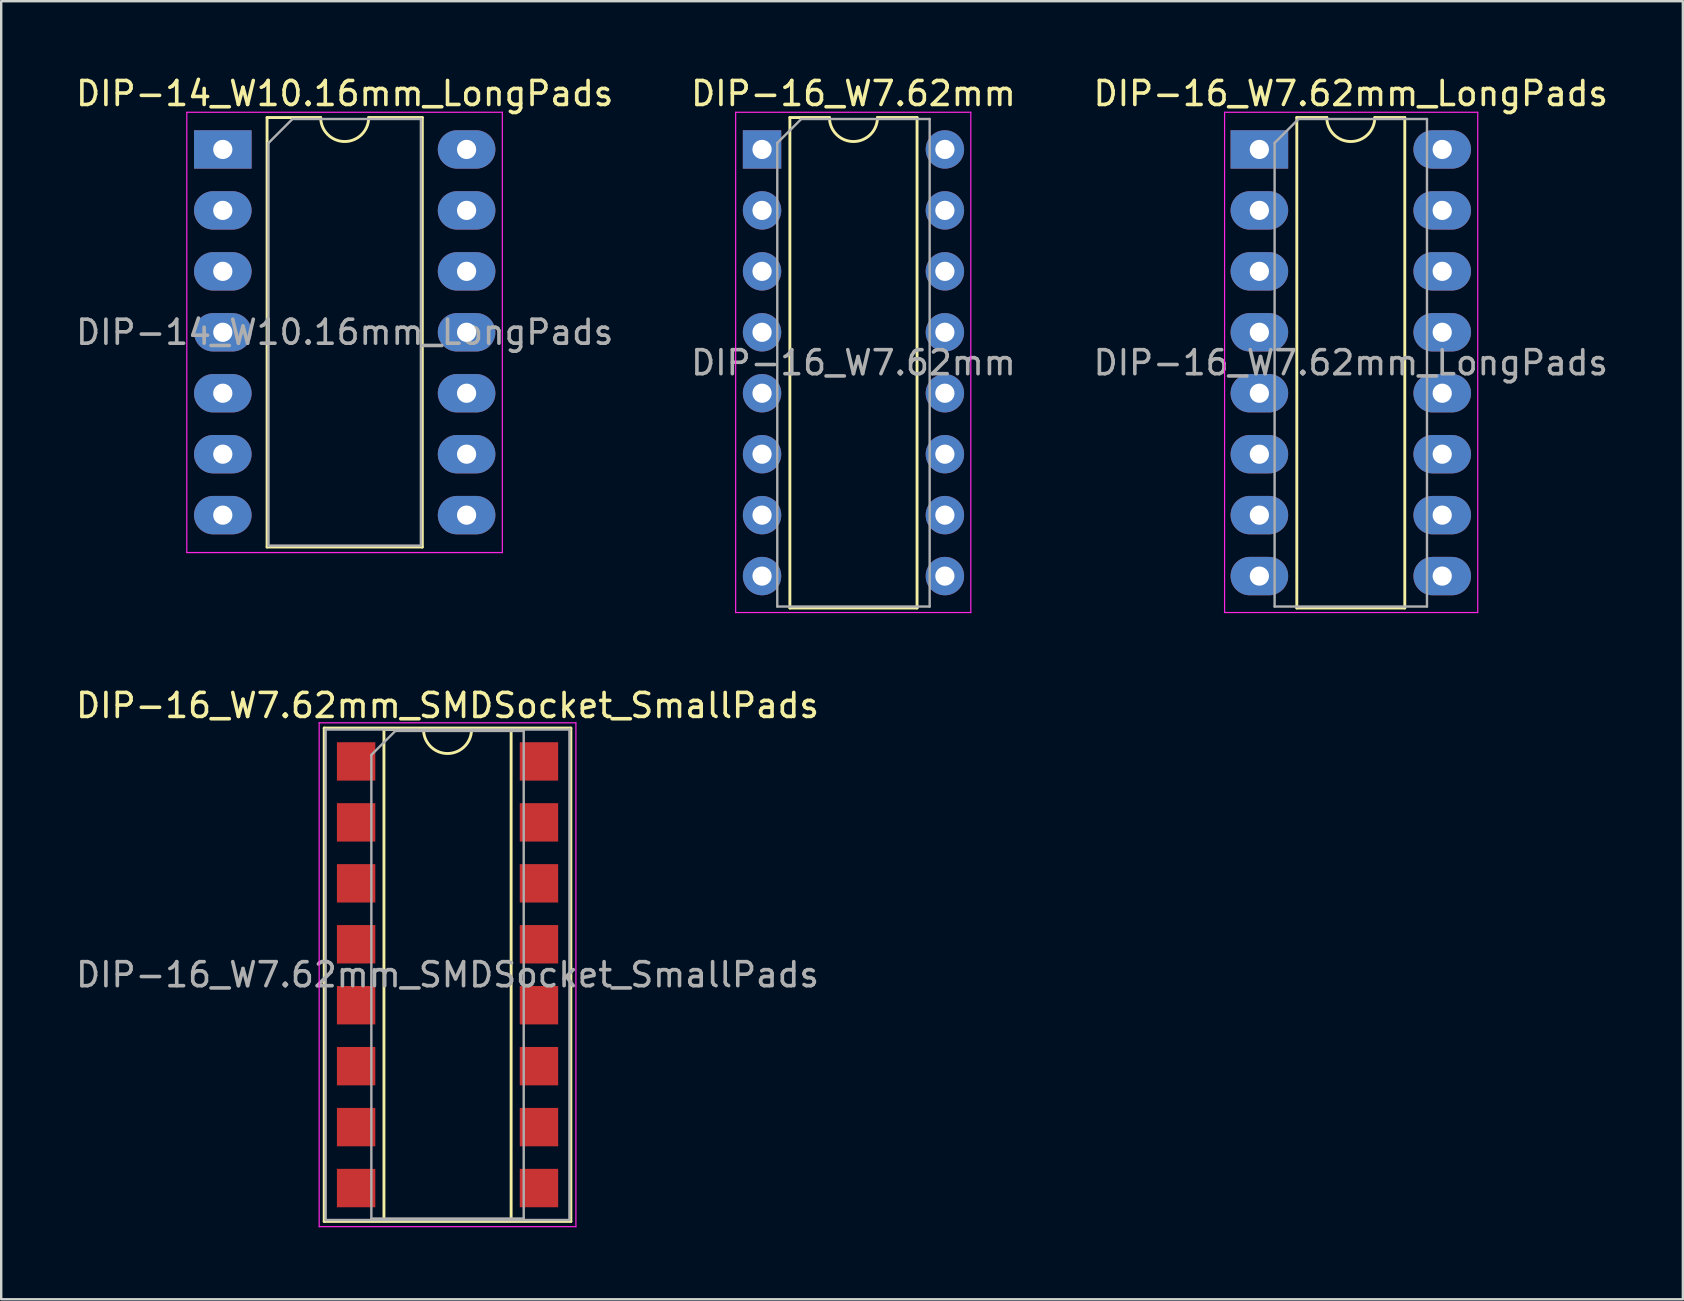
<source format=kicad_pcb>
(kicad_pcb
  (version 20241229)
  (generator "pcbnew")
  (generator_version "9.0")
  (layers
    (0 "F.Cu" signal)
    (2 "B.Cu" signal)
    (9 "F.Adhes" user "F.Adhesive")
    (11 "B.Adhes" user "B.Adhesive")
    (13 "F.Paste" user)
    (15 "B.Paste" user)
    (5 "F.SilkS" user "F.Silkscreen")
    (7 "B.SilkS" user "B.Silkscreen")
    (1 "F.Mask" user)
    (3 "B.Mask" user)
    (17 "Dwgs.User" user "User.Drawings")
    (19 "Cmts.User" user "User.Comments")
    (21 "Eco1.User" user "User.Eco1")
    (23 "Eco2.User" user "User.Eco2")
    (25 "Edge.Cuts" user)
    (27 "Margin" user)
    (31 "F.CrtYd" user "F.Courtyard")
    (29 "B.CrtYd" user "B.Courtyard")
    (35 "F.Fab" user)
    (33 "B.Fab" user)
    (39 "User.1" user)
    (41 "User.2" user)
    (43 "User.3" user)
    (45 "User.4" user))
  (footprint "DIP-14_W10.16mm_LongPads"
    (layer "F.Cu")
    (at 6.235 3.178)
    (property "Reference" "DIP-14_W10.16mm_LongPads" (at 5.08 -2.33 0) (layer "F.SilkS") (effects (font (size 1 1) (thickness 0.15))))
    (attr through_hole)
    (fp_line (start 1.845 -1.33) (end 1.845 16.57) (stroke (width 0.12) (type solid)) (layer "F.SilkS"))
    (fp_line (start 1.845 16.57) (end 8.315 16.57) (stroke (width 0.12) (type solid)) (layer "F.SilkS"))
    (fp_line (start 4.08 -1.33) (end 1.845 -1.33) (stroke (width 0.12) (type solid)) (layer "F.SilkS"))
    (fp_line (start 8.315 -1.33) (end 6.08 -1.33) (stroke (width 0.12) (type solid)) (layer "F.SilkS"))
    (fp_line (start 8.315 16.57) (end 8.315 -1.33) (stroke (width 0.12) (type solid)) (layer "F.SilkS"))
    (fp_arc (start 6.08 -1.33) (mid 5.08 -0.33) (end 4.08 -1.33) (stroke (width 0.12) (type solid)) (layer "F.SilkS"))
    (fp_line (start -1.5 -1.55) (end -1.5 16.8) (stroke (width 0.05) (type solid)) (layer "F.CrtYd"))
    (fp_line (start -1.5 16.8) (end 11.65 16.8) (stroke (width 0.05) (type solid)) (layer "F.CrtYd"))
    (fp_line (start 11.65 -1.55) (end -1.5 -1.55) (stroke (width 0.05) (type solid)) (layer "F.CrtYd"))
    (fp_line (start 11.65 16.8) (end 11.65 -1.55) (stroke (width 0.05) (type solid)) (layer "F.CrtYd"))
    (fp_line (start 1.905 -0.27) (end 2.905 -1.27) (stroke (width 0.1) (type solid)) (layer "F.Fab"))
    (fp_line (start 1.905 16.51) (end 1.905 -0.27) (stroke (width 0.1) (type solid)) (layer "F.Fab"))
    (fp_line (start 2.905 -1.27) (end 8.255 -1.27) (stroke (width 0.1) (type solid)) (layer "F.Fab"))
    (fp_line (start 8.255 -1.27) (end 8.255 16.51) (stroke (width 0.1) (type solid)) (layer "F.Fab"))
    (fp_line (start 8.255 16.51) (end 1.905 16.51) (stroke (width 0.1) (type solid)) (layer "F.Fab"))
    (fp_text user "${REFERENCE}" (at 5.08 7.62 0) (layer "F.Fab") (effects (font (size 1 1) (thickness 0.15))))
    (pad "1" thru_hole rect (at 0 0) (size 2.4 1.6) (drill 0.8) (layers "*.Cu" "*.Mask"))
    (pad "2" thru_hole oval (at 0 2.54) (size 2.4 1.6) (drill 0.8) (layers "*.Cu" "*.Mask"))
    (pad "3" thru_hole oval (at 0 5.08) (size 2.4 1.6) (drill 0.8) (layers "*.Cu" "*.Mask"))
    (pad "4" thru_hole oval (at 0 7.62) (size 2.4 1.6) (drill 0.8) (layers "*.Cu" "*.Mask"))
    (pad "5" thru_hole oval (at 0 10.16) (size 2.4 1.6) (drill 0.8) (layers "*.Cu" "*.Mask"))
    (pad "6" thru_hole oval (at 0 12.7) (size 2.4 1.6) (drill 0.8) (layers "*.Cu" "*.Mask"))
    (pad "7" thru_hole oval (at 0 15.24) (size 2.4 1.6) (drill 0.8) (layers "*.Cu" "*.Mask"))
    (pad "8" thru_hole oval (at 10.16 15.24) (size 2.4 1.6) (drill 0.8) (layers "*.Cu" "*.Mask"))
    (pad "9" thru_hole oval (at 10.16 12.7) (size 2.4 1.6) (drill 0.8) (layers "*.Cu" "*.Mask"))
    (pad "10" thru_hole oval (at 10.16 10.16) (size 2.4 1.6) (drill 0.8) (layers "*.Cu" "*.Mask"))
    (pad "11" thru_hole oval (at 10.16 7.62) (size 2.4 1.6) (drill 0.8) (layers "*.Cu" "*.Mask"))
    (pad "12" thru_hole oval (at 10.16 5.08) (size 2.4 1.6) (drill 0.8) (layers "*.Cu" "*.Mask"))
    (pad "13" thru_hole oval (at 10.16 2.54) (size 2.4 1.6) (drill 0.8) (layers "*.Cu" "*.Mask"))
    (pad "14" thru_hole oval (at 10.16 0) (size 2.4 1.6) (drill 0.8) (layers "*.Cu" "*.Mask")))
  (footprint "DIP-16_W7.62mm_SMDSocket_SmallPads"
    (layer "F.Cu")
    (at 15.601 37.572)
    (property "Reference" "DIP-16_W7.62mm_SMDSocket_SmallPads" (at 0 -11.22 0) (layer "F.SilkS") (effects (font (size 1 1) (thickness 0.15))))
    (attr smd)
    (fp_line (start -5.14 -10.28) (end -5.14 10.28) (stroke (width 0.12) (type solid)) (layer "F.SilkS"))
    (fp_line (start -5.14 10.28) (end 5.14 10.28) (stroke (width 0.12) (type solid)) (layer "F.SilkS"))
    (fp_line (start -2.65 -10.22) (end -2.65 10.22) (stroke (width 0.12) (type solid)) (layer "F.SilkS"))
    (fp_line (start -2.65 10.22) (end 2.65 10.22) (stroke (width 0.12) (type solid)) (layer "F.SilkS"))
    (fp_line (start -1 -10.22) (end -2.65 -10.22) (stroke (width 0.12) (type solid)) (layer "F.SilkS"))
    (fp_line (start 2.65 -10.22) (end 1 -10.22) (stroke (width 0.12) (type solid)) (layer "F.SilkS"))
    (fp_line (start 2.65 10.22) (end 2.65 -10.22) (stroke (width 0.12) (type solid)) (layer "F.SilkS"))
    (fp_line (start 5.14 -10.28) (end -5.14 -10.28) (stroke (width 0.12) (type solid)) (layer "F.SilkS"))
    (fp_line (start 5.14 10.28) (end 5.14 -10.28) (stroke (width 0.12) (type solid)) (layer "F.SilkS"))
    (fp_arc (start 1 -10.22) (mid 0 -9.22) (end -1 -10.22) (stroke (width 0.12) (type solid)) (layer "F.SilkS"))
    (fp_line (start -5.35 -10.5) (end -5.35 10.5) (stroke (width 0.05) (type solid)) (layer "F.CrtYd"))
    (fp_line (start -5.35 10.5) (end 5.35 10.5) (stroke (width 0.05) (type solid)) (layer "F.CrtYd"))
    (fp_line (start 5.35 -10.5) (end -5.35 -10.5) (stroke (width 0.05) (type solid)) (layer "F.CrtYd"))
    (fp_line (start 5.35 10.5) (end 5.35 -10.5) (stroke (width 0.05) (type solid)) (layer "F.CrtYd"))
    (fp_line (start -5.08 -10.22) (end -5.08 10.22) (stroke (width 0.1) (type solid)) (layer "F.Fab"))
    (fp_line (start -5.08 10.22) (end 5.08 10.22) (stroke (width 0.1) (type solid)) (layer "F.Fab"))
    (fp_line (start -3.175 -9.16) (end -2.175 -10.16) (stroke (width 0.1) (type solid)) (layer "F.Fab"))
    (fp_line (start -3.175 10.16) (end -3.175 -9.16) (stroke (width 0.1) (type solid)) (layer "F.Fab"))
    (fp_line (start -2.175 -10.16) (end 3.175 -10.16) (stroke (width 0.1) (type solid)) (layer "F.Fab"))
    (fp_line (start 3.175 -10.16) (end 3.175 10.16) (stroke (width 0.1) (type solid)) (layer "F.Fab"))
    (fp_line (start 3.175 10.16) (end -3.175 10.16) (stroke (width 0.1) (type solid)) (layer "F.Fab"))
    (fp_line (start 5.08 -10.22) (end -5.08 -10.22) (stroke (width 0.1) (type solid)) (layer "F.Fab"))
    (fp_line (start 5.08 10.22) (end 5.08 -10.22) (stroke (width 0.1) (type solid)) (layer "F.Fab"))
    (fp_text user "${REFERENCE}" (at 0 0 0) (layer "F.Fab") (effects (font (size 1 1) (thickness 0.15))))
    (pad "1" smd rect (at -3.81 -8.89) (size 1.6 1.6) (layers "F.Cu" "F.Mask" "F.Paste"))
    (pad "2" smd rect (at -3.81 -6.35) (size 1.6 1.6) (layers "F.Cu" "F.Mask" "F.Paste"))
    (pad "3" smd rect (at -3.81 -3.81) (size 1.6 1.6) (layers "F.Cu" "F.Mask" "F.Paste"))
    (pad "4" smd rect (at -3.81 -1.27) (size 1.6 1.6) (layers "F.Cu" "F.Mask" "F.Paste"))
    (pad "5" smd rect (at -3.81 1.27) (size 1.6 1.6) (layers "F.Cu" "F.Mask" "F.Paste"))
    (pad "6" smd rect (at -3.81 3.81) (size 1.6 1.6) (layers "F.Cu" "F.Mask" "F.Paste"))
    (pad "7" smd rect (at -3.81 6.35) (size 1.6 1.6) (layers "F.Cu" "F.Mask" "F.Paste"))
    (pad "8" smd rect (at -3.81 8.89) (size 1.6 1.6) (layers "F.Cu" "F.Mask" "F.Paste"))
    (pad "9" smd rect (at 3.81 8.89) (size 1.6 1.6) (layers "F.Cu" "F.Mask" "F.Paste"))
    (pad "10" smd rect (at 3.81 6.35) (size 1.6 1.6) (layers "F.Cu" "F.Mask" "F.Paste"))
    (pad "11" smd rect (at 3.81 3.81) (size 1.6 1.6) (layers "F.Cu" "F.Mask" "F.Paste"))
    (pad "12" smd rect (at 3.81 1.27) (size 1.6 1.6) (layers "F.Cu" "F.Mask" "F.Paste"))
    (pad "13" smd rect (at 3.81 -1.27) (size 1.6 1.6) (layers "F.Cu" "F.Mask" "F.Paste"))
    (pad "14" smd rect (at 3.81 -3.81) (size 1.6 1.6) (layers "F.Cu" "F.Mask" "F.Paste"))
    (pad "15" smd rect (at 3.81 -6.35) (size 1.6 1.6) (layers "F.Cu" "F.Mask" "F.Paste"))
    (pad "16" smd rect (at 3.81 -8.89) (size 1.6 1.6) (layers "F.Cu" "F.Mask" "F.Paste")))
  (footprint "DIP-16_W7.62mm_LongPads"
    (layer "F.Cu")
    (at 49.434 3.178)
    (property "Reference" "DIP-16_W7.62mm_LongPads" (at 3.81 -2.33 0) (layer "F.SilkS") (effects (font (size 1 1) (thickness 0.15))))
    (attr through_hole)
    (fp_line (start 1.56 -1.33) (end 1.56 19.11) (stroke (width 0.12) (type solid)) (layer "F.SilkS"))
    (fp_line (start 1.56 19.11) (end 6.06 19.11) (stroke (width 0.12) (type solid)) (layer "F.SilkS"))
    (fp_line (start 2.81 -1.33) (end 1.56 -1.33) (stroke (width 0.12) (type solid)) (layer "F.SilkS"))
    (fp_line (start 6.06 -1.33) (end 4.81 -1.33) (stroke (width 0.12) (type solid)) (layer "F.SilkS"))
    (fp_line (start 6.06 19.11) (end 6.06 -1.33) (stroke (width 0.12) (type solid)) (layer "F.SilkS"))
    (fp_arc (start 4.81 -1.33) (mid 3.81 -0.33) (end 2.81 -1.33) (stroke (width 0.12) (type solid)) (layer "F.SilkS"))
    (fp_line (start -1.45 -1.55) (end -1.45 19.3) (stroke (width 0.05) (type solid)) (layer "F.CrtYd"))
    (fp_line (start -1.45 19.3) (end 9.1 19.3) (stroke (width 0.05) (type solid)) (layer "F.CrtYd"))
    (fp_line (start 9.1 -1.55) (end -1.45 -1.55) (stroke (width 0.05) (type solid)) (layer "F.CrtYd"))
    (fp_line (start 9.1 19.3) (end 9.1 -1.55) (stroke (width 0.05) (type solid)) (layer "F.CrtYd"))
    (fp_line (start 0.635 -0.27) (end 1.635 -1.27) (stroke (width 0.1) (type solid)) (layer "F.Fab"))
    (fp_line (start 0.635 19.05) (end 0.635 -0.27) (stroke (width 0.1) (type solid)) (layer "F.Fab"))
    (fp_line (start 1.635 -1.27) (end 6.985 -1.27) (stroke (width 0.1) (type solid)) (layer "F.Fab"))
    (fp_line (start 6.985 -1.27) (end 6.985 19.05) (stroke (width 0.1) (type solid)) (layer "F.Fab"))
    (fp_line (start 6.985 19.05) (end 0.635 19.05) (stroke (width 0.1) (type solid)) (layer "F.Fab"))
    (fp_text user "${REFERENCE}" (at 3.81 8.89 0) (layer "F.Fab") (effects (font (size 1 1) (thickness 0.15))))
    (pad "1" thru_hole rect (at 0 0) (size 2.4 1.6) (drill 0.8) (layers "*.Cu" "*.Mask"))
    (pad "2" thru_hole oval (at 0 2.54) (size 2.4 1.6) (drill 0.8) (layers "*.Cu" "*.Mask"))
    (pad "3" thru_hole oval (at 0 5.08) (size 2.4 1.6) (drill 0.8) (layers "*.Cu" "*.Mask"))
    (pad "4" thru_hole oval (at 0 7.62) (size 2.4 1.6) (drill 0.8) (layers "*.Cu" "*.Mask"))
    (pad "5" thru_hole oval (at 0 10.16) (size 2.4 1.6) (drill 0.8) (layers "*.Cu" "*.Mask"))
    (pad "6" thru_hole oval (at 0 12.7) (size 2.4 1.6) (drill 0.8) (layers "*.Cu" "*.Mask"))
    (pad "7" thru_hole oval (at 0 15.24) (size 2.4 1.6) (drill 0.8) (layers "*.Cu" "*.Mask"))
    (pad "8" thru_hole oval (at 0 17.78) (size 2.4 1.6) (drill 0.8) (layers "*.Cu" "*.Mask"))
    (pad "9" thru_hole oval (at 7.62 17.78) (size 2.4 1.6) (drill 0.8) (layers "*.Cu" "*.Mask"))
    (pad "10" thru_hole oval (at 7.62 15.24) (size 2.4 1.6) (drill 0.8) (layers "*.Cu" "*.Mask"))
    (pad "11" thru_hole oval (at 7.62 12.7) (size 2.4 1.6) (drill 0.8) (layers "*.Cu" "*.Mask"))
    (pad "12" thru_hole oval (at 7.62 10.16) (size 2.4 1.6) (drill 0.8) (layers "*.Cu" "*.Mask"))
    (pad "13" thru_hole oval (at 7.62 7.62) (size 2.4 1.6) (drill 0.8) (layers "*.Cu" "*.Mask"))
    (pad "14" thru_hole oval (at 7.62 5.08) (size 2.4 1.6) (drill 0.8) (layers "*.Cu" "*.Mask"))
    (pad "15" thru_hole oval (at 7.62 2.54) (size 2.4 1.6) (drill 0.8) (layers "*.Cu" "*.Mask"))
    (pad "16" thru_hole oval (at 7.62 0) (size 2.4 1.6) (drill 0.8) (layers "*.Cu" "*.Mask")))
  (footprint "DIP-16_W7.62mm"
    (layer "F.Cu")
    (at 28.708 3.178)
    (property "Reference" "DIP-16_W7.62mm" (at 3.81 -2.33 0) (layer "F.SilkS") (effects (font (size 1 1) (thickness 0.15))))
    (attr through_hole)
    (fp_line (start 1.16 -1.33) (end 1.16 19.11) (stroke (width 0.12) (type solid)) (layer "F.SilkS"))
    (fp_line (start 1.16 19.11) (end 6.46 19.11) (stroke (width 0.12) (type solid)) (layer "F.SilkS"))
    (fp_line (start 2.81 -1.33) (end 1.16 -1.33) (stroke (width 0.12) (type solid)) (layer "F.SilkS"))
    (fp_line (start 6.46 -1.33) (end 4.81 -1.33) (stroke (width 0.12) (type solid)) (layer "F.SilkS"))
    (fp_line (start 6.46 19.11) (end 6.46 -1.33) (stroke (width 0.12) (type solid)) (layer "F.SilkS"))
    (fp_arc (start 4.81 -1.33) (mid 3.81 -0.33) (end 2.81 -1.33) (stroke (width 0.12) (type solid)) (layer "F.SilkS"))
    (fp_line (start -1.1 -1.55) (end -1.1 19.3) (stroke (width 0.05) (type solid)) (layer "F.CrtYd"))
    (fp_line (start -1.1 19.3) (end 8.7 19.3) (stroke (width 0.05) (type solid)) (layer "F.CrtYd"))
    (fp_line (start 8.7 -1.55) (end -1.1 -1.55) (stroke (width 0.05) (type solid)) (layer "F.CrtYd"))
    (fp_line (start 8.7 19.3) (end 8.7 -1.55) (stroke (width 0.05) (type solid)) (layer "F.CrtYd"))
    (fp_line (start 0.635 -0.27) (end 1.635 -1.27) (stroke (width 0.1) (type solid)) (layer "F.Fab"))
    (fp_line (start 0.635 19.05) (end 0.635 -0.27) (stroke (width 0.1) (type solid)) (layer "F.Fab"))
    (fp_line (start 1.635 -1.27) (end 6.985 -1.27) (stroke (width 0.1) (type solid)) (layer "F.Fab"))
    (fp_line (start 6.985 -1.27) (end 6.985 19.05) (stroke (width 0.1) (type solid)) (layer "F.Fab"))
    (fp_line (start 6.985 19.05) (end 0.635 19.05) (stroke (width 0.1) (type solid)) (layer "F.Fab"))
    (fp_text user "${REFERENCE}" (at 3.81 8.89 0) (layer "F.Fab") (effects (font (size 1 1) (thickness 0.15))))
    (pad "1" thru_hole rect (at 0 0) (size 1.6 1.6) (drill 0.8) (layers "*.Cu" "*.Mask"))
    (pad "2" thru_hole oval (at 0 2.54) (size 1.6 1.6) (drill 0.8) (layers "*.Cu" "*.Mask"))
    (pad "3" thru_hole oval (at 0 5.08) (size 1.6 1.6) (drill 0.8) (layers "*.Cu" "*.Mask"))
    (pad "4" thru_hole oval (at 0 7.62) (size 1.6 1.6) (drill 0.8) (layers "*.Cu" "*.Mask"))
    (pad "5" thru_hole oval (at 0 10.16) (size 1.6 1.6) (drill 0.8) (layers "*.Cu" "*.Mask"))
    (pad "6" thru_hole oval (at 0 12.7) (size 1.6 1.6) (drill 0.8) (layers "*.Cu" "*.Mask"))
    (pad "7" thru_hole oval (at 0 15.24) (size 1.6 1.6) (drill 0.8) (layers "*.Cu" "*.Mask"))
    (pad "8" thru_hole oval (at 0 17.78) (size 1.6 1.6) (drill 0.8) (layers "*.Cu" "*.Mask"))
    (pad "9" thru_hole oval (at 7.62 17.78) (size 1.6 1.6) (drill 0.8) (layers "*.Cu" "*.Mask"))
    (pad "10" thru_hole oval (at 7.62 15.24) (size 1.6 1.6) (drill 0.8) (layers "*.Cu" "*.Mask"))
    (pad "11" thru_hole oval (at 7.62 12.7) (size 1.6 1.6) (drill 0.8) (layers "*.Cu" "*.Mask"))
    (pad "12" thru_hole oval (at 7.62 10.16) (size 1.6 1.6) (drill 0.8) (layers "*.Cu" "*.Mask"))
    (pad "13" thru_hole oval (at 7.62 7.62) (size 1.6 1.6) (drill 0.8) (layers "*.Cu" "*.Mask"))
    (pad "14" thru_hole oval (at 7.62 5.08) (size 1.6 1.6) (drill 0.8) (layers "*.Cu" "*.Mask"))
    (pad "15" thru_hole oval (at 7.62 2.54) (size 1.6 1.6) (drill 0.8) (layers "*.Cu" "*.Mask"))
    (pad "16" thru_hole oval (at 7.62 0) (size 1.6 1.6) (drill 0.8) (layers "*.Cu" "*.Mask")))
  (gr_rect
    (start -3 -3)
    (end 67.083 51.096)
    (stroke (width 0.1) (type default))
    (fill no)
    (layer "Edge.Cuts")))
</source>
